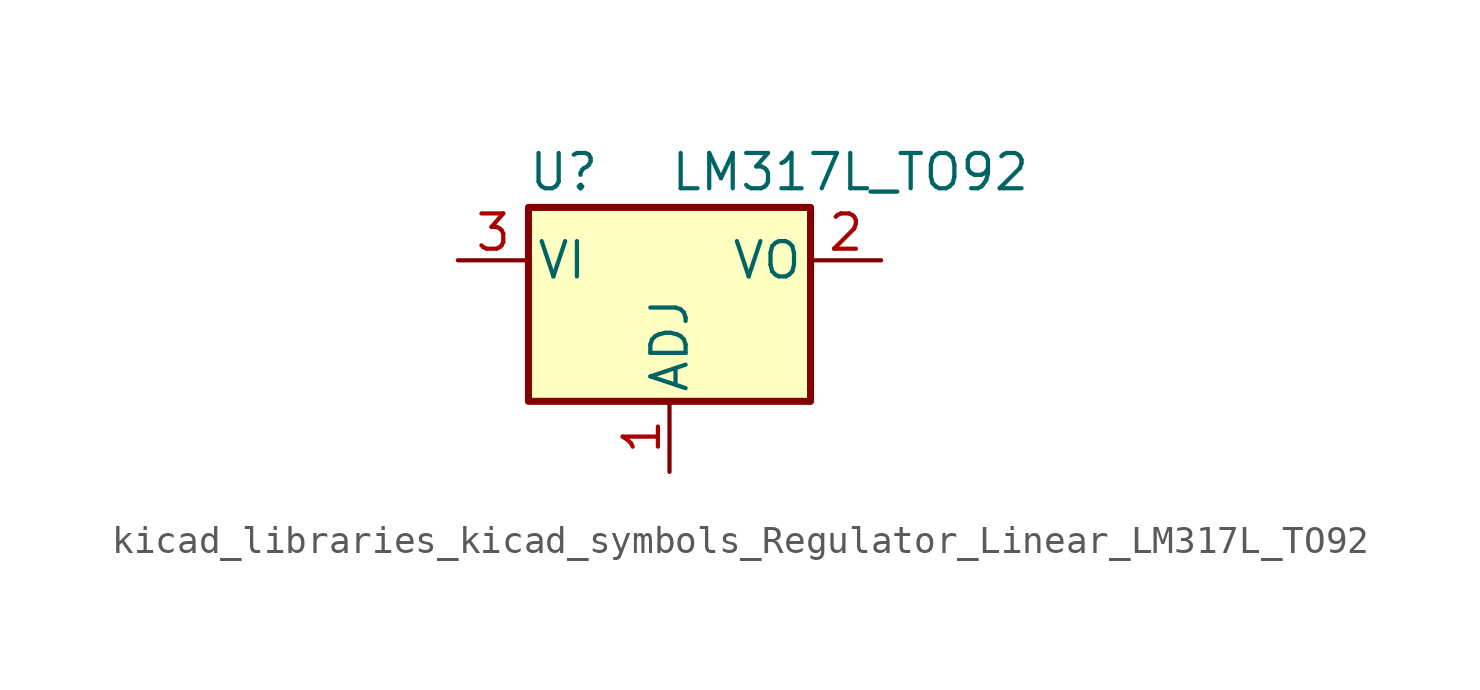
<source format=kicad_sym>
(kicad_symbol_lib
  (version 20220914)
  (generator kicad_symbol_editor)
  (symbol "kicad_libraries_kicad_symbols_Regulator_Linear_LM317L_TO92"
    (pin_names
      (offset 0.254))
    (property "Reference" "U"
      (at -3.81 3.175 0)
      (effects (font (size 1.27 1.27))))
    (property "Value" "LM317L_TO92"
      (at 0 3.175 0)
      (effects (font (size 1.27 1.27)) (justify left)))
    (symbol "kicad_libraries_kicad_symbols_Regulator_Linear_LM317L_TO92_0_1"
      (rectangle (start -5.08 1.905) (end 5.08 -5.08) (stroke (width 0.254) (type default)) (fill (type background))))
    (symbol "kicad_libraries_kicad_symbols_Regulator_Linear_LM317L_TO92_1_1"
      (pin input line (at 0 -7.62 90) (length 2.54) (name "ADJ" (effects (font (size 1.27 1.27)))) (number "1" (effects (font (size 1.27 1.27)))))
      (pin power_out line (at 7.62 0 180) (length 2.54) (name "VO" (effects (font (size 1.27 1.27)))) (number "2" (effects (font (size 1.27 1.27)))))
      (pin power_in line (at -7.62 0 0) (length 2.54) (name "VI" (effects (font (size 1.27 1.27)))) (number "3" (effects (font (size 1.27 1.27))))))))
</source>
